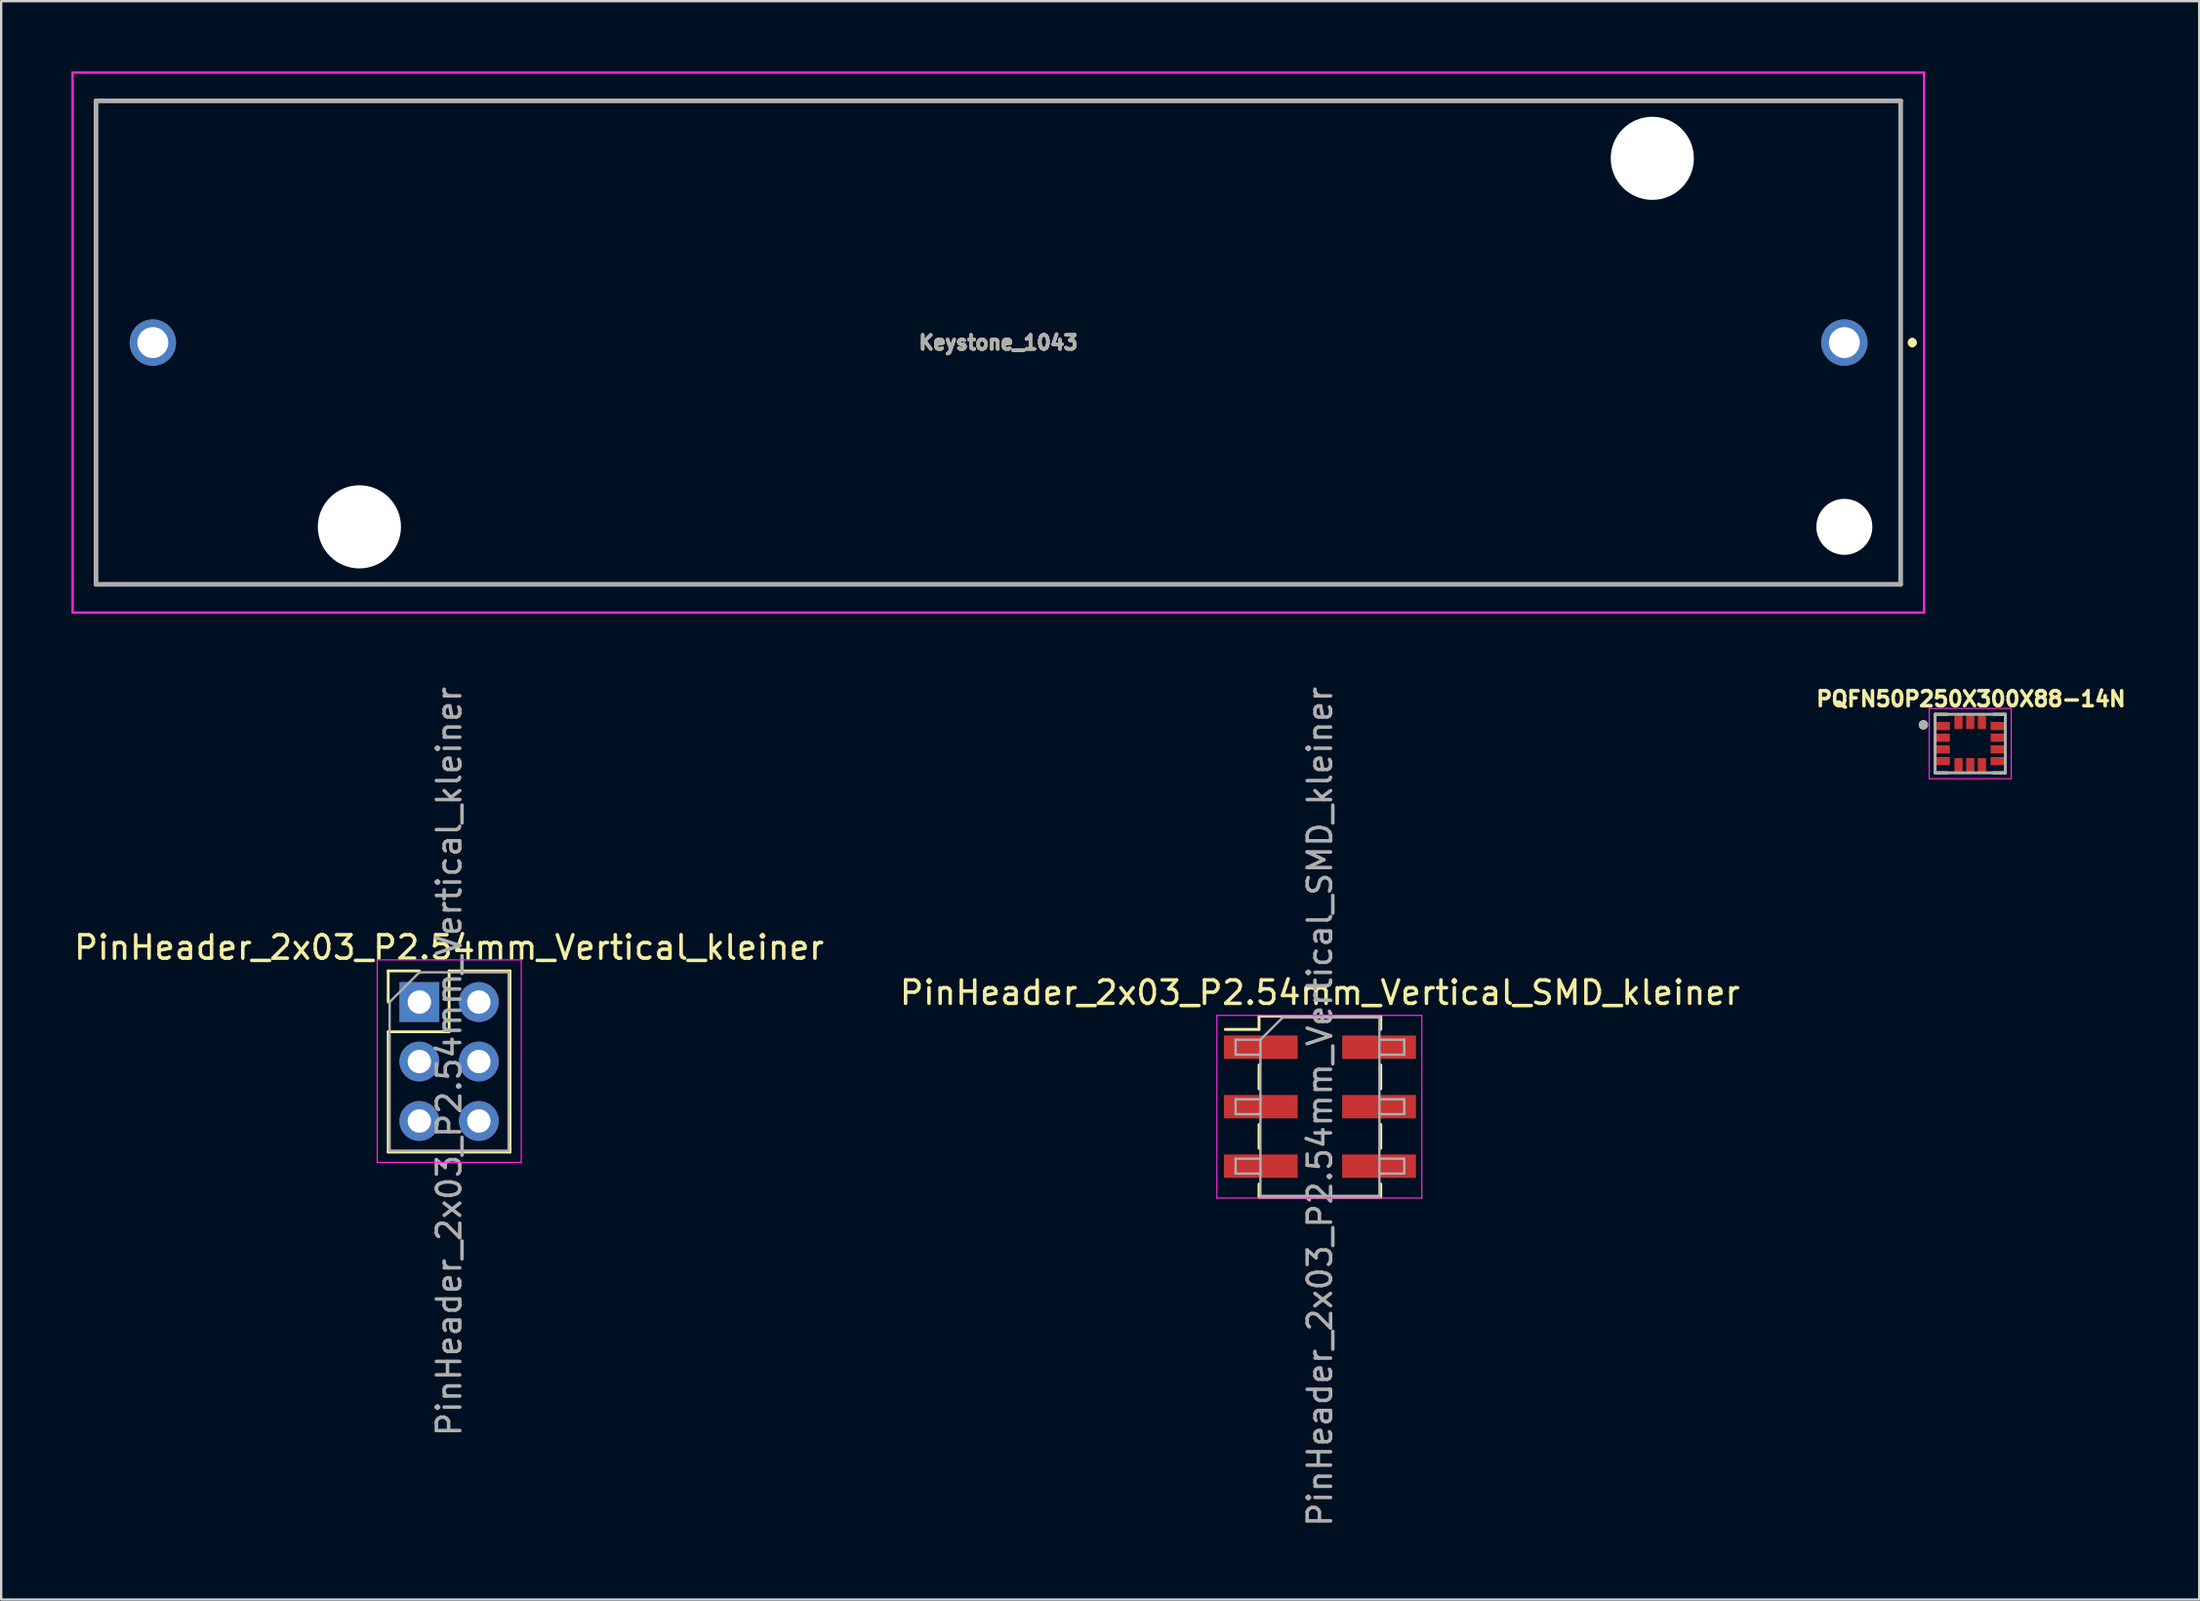
<source format=kicad_pcb>
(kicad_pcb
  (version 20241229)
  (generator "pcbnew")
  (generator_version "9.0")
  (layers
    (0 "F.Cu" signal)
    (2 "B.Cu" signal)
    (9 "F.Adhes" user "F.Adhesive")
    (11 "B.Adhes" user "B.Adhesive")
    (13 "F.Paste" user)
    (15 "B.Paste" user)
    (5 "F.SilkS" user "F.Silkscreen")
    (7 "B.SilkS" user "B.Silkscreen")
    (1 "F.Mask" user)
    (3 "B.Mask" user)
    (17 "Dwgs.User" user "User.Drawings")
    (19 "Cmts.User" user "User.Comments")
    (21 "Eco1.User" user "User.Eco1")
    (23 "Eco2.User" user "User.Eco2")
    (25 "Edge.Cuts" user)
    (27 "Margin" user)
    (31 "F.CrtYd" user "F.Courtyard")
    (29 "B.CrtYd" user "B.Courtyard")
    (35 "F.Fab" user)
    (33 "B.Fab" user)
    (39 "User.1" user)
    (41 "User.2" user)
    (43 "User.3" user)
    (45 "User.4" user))
  (footprint "PinHeader_2x03_P2.54mm_Vertical_SMD_kleiner"
    (layer "F.Cu")
    (at 53.304 44.22)
    (property "Reference" "PinHeader_2x03_P2.54mm_Vertical_SMD_kleiner" (at 0 -4.87 0) (layer "F.SilkS") (effects (font (size 1 1) (thickness 0.15))))
    (attr smd)
    (fp_line (start -4.04 -3.3) (end -2.6 -3.3) (stroke (width 0.12) (type solid)) (layer "F.SilkS"))
    (fp_line (start -2.6 -3.87) (end -2.6 -3.3) (stroke (width 0.12) (type solid)) (layer "F.SilkS"))
    (fp_line (start -2.6 -3.87) (end 2.6 -3.87) (stroke (width 0.12) (type solid)) (layer "F.SilkS"))
    (fp_line (start -2.6 -1.78) (end -2.6 -0.76) (stroke (width 0.12) (type solid)) (layer "F.SilkS"))
    (fp_line (start -2.6 0.76) (end -2.6 1.78) (stroke (width 0.12) (type solid)) (layer "F.SilkS"))
    (fp_line (start -2.6 3.3) (end -2.6 3.87) (stroke (width 0.12) (type solid)) (layer "F.SilkS"))
    (fp_line (start -2.6 3.87) (end 2.6 3.87) (stroke (width 0.12) (type solid)) (layer "F.SilkS"))
    (fp_line (start 2.6 -3.87) (end 2.6 -3.3) (stroke (width 0.12) (type solid)) (layer "F.SilkS"))
    (fp_line (start 2.6 -1.78) (end 2.6 -0.76) (stroke (width 0.12) (type solid)) (layer "F.SilkS"))
    (fp_line (start 2.6 0.76) (end 2.6 1.78) (stroke (width 0.12) (type solid)) (layer "F.SilkS"))
    (fp_line (start 2.6 3.3) (end 2.6 3.87) (stroke (width 0.12) (type solid)) (layer "F.SilkS"))
    (fp_line (start -4.4 -3.9) (end -4.4 3.9) (stroke (width 0.05) (type solid)) (layer "F.CrtYd"))
    (fp_line (start -4.4 3.9) (end 4.35 3.9) (stroke (width 0.05) (type solid)) (layer "F.CrtYd"))
    (fp_line (start 4.35 -3.9) (end -4.4 -3.9) (stroke (width 0.05) (type solid)) (layer "F.CrtYd"))
    (fp_line (start 4.35 3.9) (end 4.35 -3.9) (stroke (width 0.05) (type solid)) (layer "F.CrtYd"))
    (fp_line (start -3.6 -2.86) (end -3.6 -2.22) (stroke (width 0.1) (type solid)) (layer "F.Fab"))
    (fp_line (start -3.6 -2.22) (end -2.54 -2.22) (stroke (width 0.1) (type solid)) (layer "F.Fab"))
    (fp_line (start -3.6 -0.32) (end -3.6 0.32) (stroke (width 0.1) (type solid)) (layer "F.Fab"))
    (fp_line (start -3.6 0.32) (end -2.54 0.32) (stroke (width 0.1) (type solid)) (layer "F.Fab"))
    (fp_line (start -3.6 2.22) (end -3.6 2.86) (stroke (width 0.1) (type solid)) (layer "F.Fab"))
    (fp_line (start -3.6 2.86) (end -2.54 2.86) (stroke (width 0.1) (type solid)) (layer "F.Fab"))
    (fp_line (start -2.54 -2.86) (end -3.6 -2.86) (stroke (width 0.1) (type solid)) (layer "F.Fab"))
    (fp_line (start -2.54 -2.86) (end -1.59 -3.81) (stroke (width 0.1) (type solid)) (layer "F.Fab"))
    (fp_line (start -2.54 -0.32) (end -3.6 -0.32) (stroke (width 0.1) (type solid)) (layer "F.Fab"))
    (fp_line (start -2.54 2.22) (end -3.6 2.22) (stroke (width 0.1) (type solid)) (layer "F.Fab"))
    (fp_line (start -2.54 3.81) (end -2.54 -2.86) (stroke (width 0.1) (type solid)) (layer "F.Fab"))
    (fp_line (start -1.59 -3.81) (end 2.54 -3.81) (stroke (width 0.1) (type solid)) (layer "F.Fab"))
    (fp_line (start 2.54 -3.81) (end 2.54 3.81) (stroke (width 0.1) (type solid)) (layer "F.Fab"))
    (fp_line (start 2.54 -2.86) (end 3.6 -2.86) (stroke (width 0.1) (type solid)) (layer "F.Fab"))
    (fp_line (start 2.54 -0.32) (end 3.6 -0.32) (stroke (width 0.1) (type solid)) (layer "F.Fab"))
    (fp_line (start 2.54 2.22) (end 3.6 2.22) (stroke (width 0.1) (type solid)) (layer "F.Fab"))
    (fp_line (start 2.54 3.81) (end -2.54 3.81) (stroke (width 0.1) (type solid)) (layer "F.Fab"))
    (fp_line (start 3.6 -2.86) (end 3.6 -2.22) (stroke (width 0.1) (type solid)) (layer "F.Fab"))
    (fp_line (start 3.6 -2.22) (end 2.54 -2.22) (stroke (width 0.1) (type solid)) (layer "F.Fab"))
    (fp_line (start 3.6 -0.32) (end 3.6 0.32) (stroke (width 0.1) (type solid)) (layer "F.Fab"))
    (fp_line (start 3.6 0.32) (end 2.54 0.32) (stroke (width 0.1) (type solid)) (layer "F.Fab"))
    (fp_line (start 3.6 2.22) (end 3.6 2.86) (stroke (width 0.1) (type solid)) (layer "F.Fab"))
    (fp_line (start 3.6 2.86) (end 2.54 2.86) (stroke (width 0.1) (type solid)) (layer "F.Fab"))
    (fp_text user "${REFERENCE}" (at 0 0 90) (layer "F.Fab") (effects (font (size 1 1) (thickness 0.15))))
    (pad "1" smd rect (at -2.525 -2.54) (size 3.15 1) (layers "F.Cu" "F.Mask" "F.Paste"))
    (pad "2" smd rect (at 2.525 -2.54) (size 3.15 1) (layers "F.Cu" "F.Mask" "F.Paste"))
    (pad "3" smd rect (at -2.525 0) (size 3.15 1) (layers "F.Cu" "F.Mask" "F.Paste"))
    (pad "4" smd rect (at 2.525 0) (size 3.15 1) (layers "F.Cu" "F.Mask" "F.Paste"))
    (pad "5" smd rect (at -2.525 2.54) (size 3.15 1) (layers "F.Cu" "F.Mask" "F.Paste"))
    (pad "6" smd rect (at 2.525 2.54) (size 3.15 1) (layers "F.Cu" "F.Mask" "F.Paste")))
  (footprint "PQFN50P250X300X88-14N"
    (layer "F.Cu")
    (at 81.069 28.71)
    (property "Reference" "PQFN50P250X300X88-14N" (at 0.032 -1.906 0) (layer "F.SilkS") (effects (font (size 0.64 0.64) (thickness 0.15))))
    (attr smd)
    (fp_line (start -1.5 -1.25) (end -0.995 -1.25) (stroke (width 0.127) (type solid)) (layer "F.SilkS"))
    (fp_line (start -1.5 1.25) (end -0.995 1.25) (stroke (width 0.127) (type solid)) (layer "F.SilkS"))
    (fp_line (start 1.5 -1.25) (end 0.995 -1.25) (stroke (width 0.127) (type solid)) (layer "F.SilkS"))
    (fp_line (start 1.5 1.25) (end 0.995 1.25) (stroke (width 0.127) (type solid)) (layer "F.SilkS"))
    (fp_circle (center -2 -0.8) (end -1.9 -0.8) (stroke (width 0.2) (type solid)) (fill no) (layer "F.SilkS"))
    (fp_line (start -1.75 -1.5) (end 1.75 -1.5) (stroke (width 0.05) (type solid)) (layer "F.CrtYd"))
    (fp_line (start -1.75 1.5) (end -1.75 -1.5) (stroke (width 0.05) (type solid)) (layer "F.CrtYd"))
    (fp_line (start 1.75 -1.5) (end 1.75 1.5) (stroke (width 0.05) (type solid)) (layer "F.CrtYd"))
    (fp_line (start 1.75 1.5) (end -1.75 1.5) (stroke (width 0.05) (type solid)) (layer "F.CrtYd"))
    (fp_line (start -1.5 -1.25) (end 1.5 -1.25) (stroke (width 0.127) (type solid)) (layer "F.Fab"))
    (fp_line (start -1.5 1.25) (end -1.5 -1.25) (stroke (width 0.127) (type solid)) (layer "F.Fab"))
    (fp_line (start 1.5 -1.25) (end 1.5 1.25) (stroke (width 0.127) (type solid)) (layer "F.Fab"))
    (fp_line (start 1.5 1.25) (end -1.5 1.25) (stroke (width 0.127) (type solid)) (layer "F.Fab"))
    (fp_circle (center -2 -0.8) (end -1.9 -0.8) (stroke (width 0.2) (type solid)) (fill no) (layer "F.Fab"))
    (pad "1" smd roundrect (at -1.165 -0.75) (size 0.59 0.35) (layers "F.Cu" "F.Mask" "F.Paste") (roundrect_rratio 0.04))
    (pad "2" smd roundrect (at -1.165 -0.25) (size 0.59 0.35) (layers "F.Cu" "F.Mask" "F.Paste") (roundrect_rratio 0.04))
    (pad "3" smd roundrect (at -1.165 0.25) (size 0.59 0.35) (layers "F.Cu" "F.Mask" "F.Paste") (roundrect_rratio 0.04))
    (pad "4" smd roundrect (at -1.165 0.75) (size 0.59 0.35) (layers "F.Cu" "F.Mask" "F.Paste") (roundrect_rratio 0.04))
    (pad "5" smd roundrect (at -0.5 0.915 90) (size 0.59 0.35) (layers "F.Cu" "F.Mask" "F.Paste") (roundrect_rratio 0.04))
    (pad "6" smd roundrect (at 0 0.915 90) (size 0.59 0.35) (layers "F.Cu" "F.Mask" "F.Paste") (roundrect_rratio 0.04))
    (pad "7" smd roundrect (at 0.5 0.915 90) (size 0.59 0.35) (layers "F.Cu" "F.Mask" "F.Paste") (roundrect_rratio 0.04))
    (pad "8" smd roundrect (at 1.165 0.75 180) (size 0.59 0.35) (layers "F.Cu" "F.Mask" "F.Paste") (roundrect_rratio 0.04))
    (pad "9" smd roundrect (at 1.165 0.25 180) (size 0.59 0.35) (layers "F.Cu" "F.Mask" "F.Paste") (roundrect_rratio 0.04))
    (pad "10" smd roundrect (at 1.165 -0.25 180) (size 0.59 0.35) (layers "F.Cu" "F.Mask" "F.Paste") (roundrect_rratio 0.04))
    (pad "11" smd roundrect (at 1.165 -0.75 180) (size 0.59 0.35) (layers "F.Cu" "F.Mask" "F.Paste") (roundrect_rratio 0.04))
    (pad "12" smd roundrect (at 0.5 -0.915 270) (size 0.59 0.35) (layers "F.Cu" "F.Mask" "F.Paste") (roundrect_rratio 0.04))
    (pad "13" smd roundrect (at 0 -0.915 270) (size 0.59 0.35) (layers "F.Cu" "F.Mask" "F.Paste") (roundrect_rratio 0.04))
    (pad "14" smd roundrect (at -0.5 -0.915 270) (size 0.59 0.35) (layers "F.Cu" "F.Mask" "F.Paste") (roundrect_rratio 0.04)))
  (footprint "Keystone_1043"
    (layer "F.Cu")
    (at 75.695 11.583)
    (property "Reference" "Keystone_1043" (at -36.12 0 0) (layer "F.SilkS") (effects (font (size 0.6 0.6) (thickness 0.15))))
    (attr through_hole)
    (fp_line (start -74.645 -10.325) (end -74.645 -10.325) (stroke (width 0.1) (type solid)) (layer "F.SilkS"))
    (fp_line (start -74.645 -10.325) (end -74.645 10.325) (stroke (width 0.1) (type solid)) (layer "F.SilkS"))
    (fp_line (start -74.645 10.325) (end -74.645 -10.325) (stroke (width 0.1) (type solid)) (layer "F.SilkS"))
    (fp_line (start -74.645 10.325) (end -74.645 10.325) (stroke (width 0.1) (type solid)) (layer "F.SilkS"))
    (fp_line (start 2.405 -10.325) (end 2.405 -10.325) (stroke (width 0.1) (type solid)) (layer "F.SilkS"))
    (fp_line (start 2.405 -10.325) (end 2.405 10.325) (stroke (width 0.1) (type solid)) (layer "F.SilkS"))
    (fp_line (start 2.405 10.325) (end 2.405 -10.325) (stroke (width 0.1) (type solid)) (layer "F.SilkS"))
    (fp_line (start 2.405 10.325) (end 2.405 10.325) (stroke (width 0.1) (type solid)) (layer "F.SilkS"))
    (fp_line (start 2.9 -0.1) (end 2.9 -0.1) (stroke (width 0.2) (type solid)) (layer "F.SilkS"))
    (fp_line (start 2.9 0.1) (end 2.9 0.1) (stroke (width 0.2) (type solid)) (layer "F.SilkS"))
    (fp_arc (start 2.9 -0.1) (mid 3 0) (end 2.9 0.1) (stroke (width 0.2) (type solid)) (layer "F.SilkS"))
    (fp_arc (start 2.9 0.1) (mid 2.8 0) (end 2.9 -0.1) (stroke (width 0.2) (type solid)) (layer "F.SilkS"))
    (fp_line (start -75.645 -11.533) (end 3.405 -11.533) (stroke (width 0.1) (type solid)) (layer "F.CrtYd"))
    (fp_line (start -75.645 11.533) (end -75.645 -11.533) (stroke (width 0.1) (type solid)) (layer "F.CrtYd"))
    (fp_line (start 3.405 -11.533) (end 3.405 11.533) (stroke (width 0.1) (type solid)) (layer "F.CrtYd"))
    (fp_line (start 3.405 11.533) (end -75.645 11.533) (stroke (width 0.1) (type solid)) (layer "F.CrtYd"))
    (fp_line (start -74.645 -10.325) (end -74.645 10.325) (stroke (width 0.2) (type solid)) (layer "F.Fab"))
    (fp_line (start -74.645 10.325) (end 2.405 10.325) (stroke (width 0.2) (type solid)) (layer "F.Fab"))
    (fp_line (start 2.405 -10.325) (end -74.645 -10.325) (stroke (width 0.2) (type solid)) (layer "F.Fab"))
    (fp_line (start 2.405 10.325) (end 2.405 -10.325) (stroke (width 0.2) (type solid)) (layer "F.Fab"))
    (fp_text user "${REFERENCE}" (at -36.12 0 0) (layer "F.Fab") (effects (font (size 0.6 0.6) (thickness 0.15))))
    (pad "" np_thru_hole circle (at -63.4 7.87) (size 3.55 3.55) (drill 3.55) (layers "*.Cu" "*.Mask"))
    (pad "" np_thru_hole circle (at -8.2 -7.87) (size 3.55 3.55) (drill 3.55) (layers "*.Cu" "*.Mask"))
    (pad "" np_thru_hole circle (at 0 7.87) (size 2.39 2.39) (drill 2.39) (layers "*.Cu" "*.Mask"))
    (pad "1" thru_hole circle (at 0 0) (size 1.98 1.98) (drill 1.32) (layers "*.Cu" "*.Mask"))
    (pad "2" thru_hole circle (at -72.22 0) (size 1.98 1.98) (drill 1.32) (layers "*.Cu" "*.Mask")))
  (footprint "PinHeader_2x03_P2.54mm_Vertical_kleiner"
    (layer "F.Cu")
    (at 14.855 39.751)
    (property "Reference" "PinHeader_2x03_P2.54mm_Vertical_kleiner" (at 1.27 -2.33 0) (layer "F.SilkS") (effects (font (size 1 1) (thickness 0.15))))
    (attr through_hole)
    (fp_line (start -1.33 -1.33) (end 0 -1.33) (stroke (width 0.12) (type solid)) (layer "F.SilkS"))
    (fp_line (start -1.33 0) (end -1.33 -1.33) (stroke (width 0.12) (type solid)) (layer "F.SilkS"))
    (fp_line (start -1.33 1.27) (end -1.33 6.41) (stroke (width 0.12) (type solid)) (layer "F.SilkS"))
    (fp_line (start -1.33 1.27) (end 1.27 1.27) (stroke (width 0.12) (type solid)) (layer "F.SilkS"))
    (fp_line (start -1.33 6.41) (end 3.87 6.41) (stroke (width 0.12) (type solid)) (layer "F.SilkS"))
    (fp_line (start 1.27 -1.33) (end 3.87 -1.33) (stroke (width 0.12) (type solid)) (layer "F.SilkS"))
    (fp_line (start 1.27 1.27) (end 1.27 -1.33) (stroke (width 0.12) (type solid)) (layer "F.SilkS"))
    (fp_line (start 3.87 -1.33) (end 3.87 6.41) (stroke (width 0.12) (type solid)) (layer "F.SilkS"))
    (fp_line (start -1.8 -1.8) (end -1.8 6.85) (stroke (width 0.05) (type solid)) (layer "F.CrtYd"))
    (fp_line (start -1.8 6.85) (end 4.35 6.85) (stroke (width 0.05) (type solid)) (layer "F.CrtYd"))
    (fp_line (start 4.35 -1.8) (end -1.8 -1.8) (stroke (width 0.05) (type solid)) (layer "F.CrtYd"))
    (fp_line (start 4.35 6.85) (end 4.35 -1.8) (stroke (width 0.05) (type solid)) (layer "F.CrtYd"))
    (fp_line (start -1.27 0) (end 0 -1.27) (stroke (width 0.1) (type solid)) (layer "F.Fab"))
    (fp_line (start -1.27 6.35) (end -1.27 0) (stroke (width 0.1) (type solid)) (layer "F.Fab"))
    (fp_line (start 0 -1.27) (end 3.81 -1.27) (stroke (width 0.1) (type solid)) (layer "F.Fab"))
    (fp_line (start 3.81 -1.27) (end 3.81 6.35) (stroke (width 0.1) (type solid)) (layer "F.Fab"))
    (fp_line (start 3.81 6.35) (end -1.27 6.35) (stroke (width 0.1) (type solid)) (layer "F.Fab"))
    (fp_text user "${REFERENCE}" (at 1.27 2.54 90) (layer "F.Fab") (effects (font (size 1 1) (thickness 0.15))))
    (pad "1" thru_hole rect (at 0 0) (size 1.7 1.7) (drill 1) (layers "*.Cu" "*.Mask"))
    (pad "2" thru_hole oval (at 2.54 0) (size 1.7 1.7) (drill 1) (layers "*.Cu" "*.Mask"))
    (pad "3" thru_hole oval (at 0 2.54) (size 1.7 1.7) (drill 1) (layers "*.Cu" "*.Mask"))
    (pad "4" thru_hole oval (at 2.54 2.54) (size 1.7 1.7) (drill 1) (layers "*.Cu" "*.Mask"))
    (pad "5" thru_hole oval (at 0 5.08) (size 1.7 1.7) (drill 1) (layers "*.Cu" "*.Mask"))
    (pad "6" thru_hole oval (at 2.54 5.08) (size 1.7 1.7) (drill 1) (layers "*.Cu" "*.Mask")))
  (gr_rect
    (start -3 -3)
    (end 90.845 65.273)
    (stroke (width 0.1) (type default))
    (fill no)
    (layer "Edge.Cuts")))
</source>
